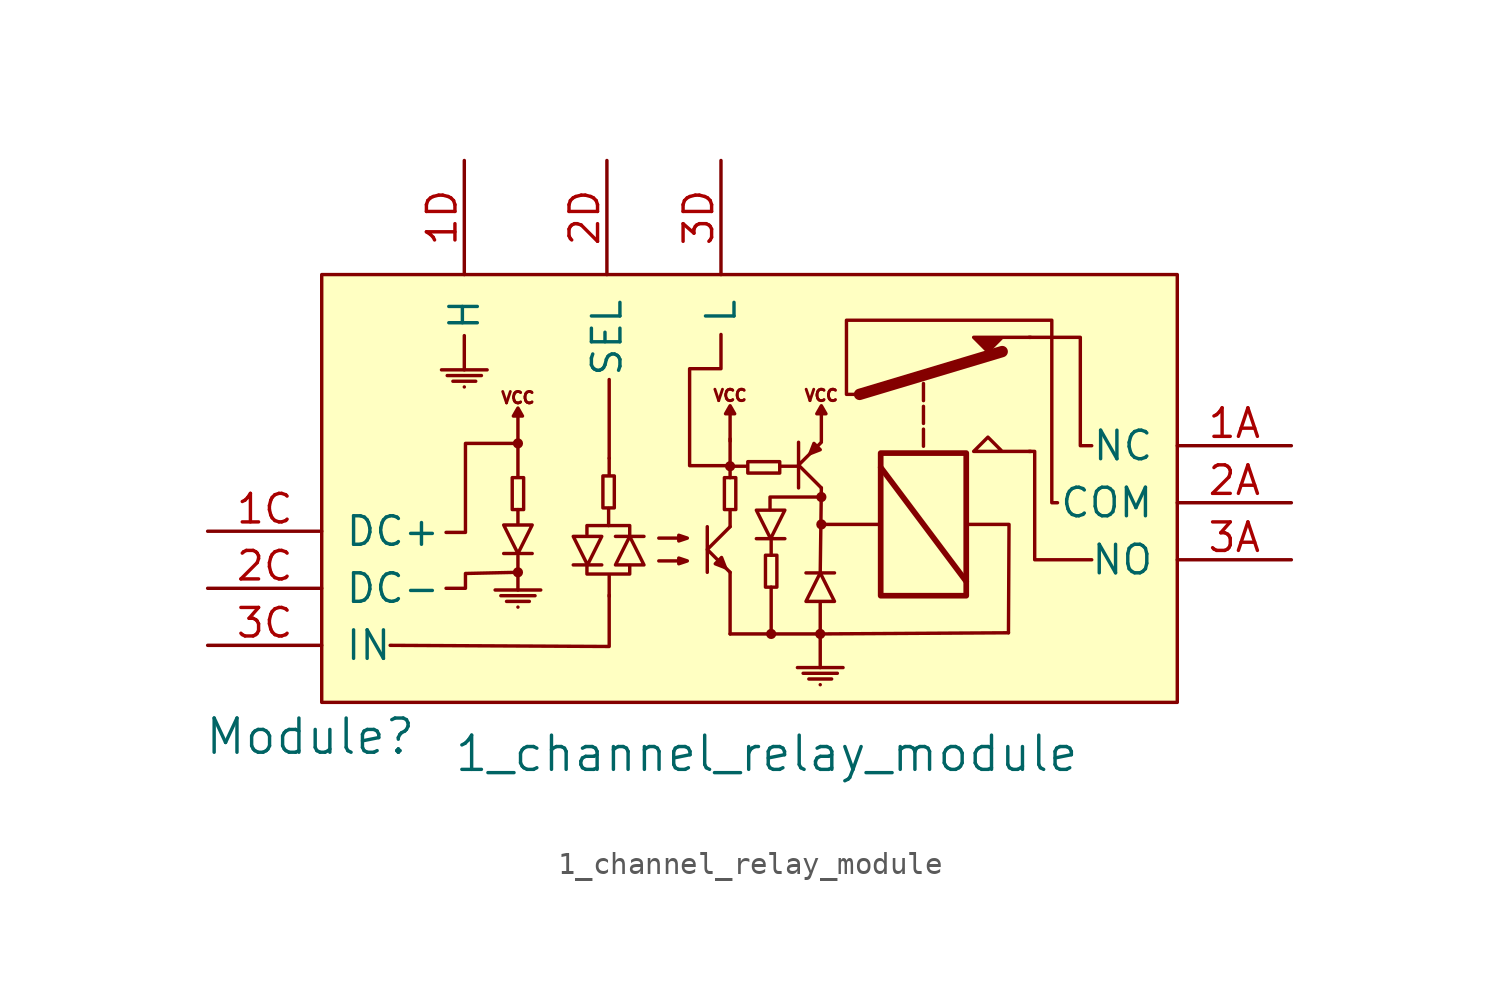
<source format=kicad_sym>
(kicad_symbol_lib
  (version 20211014)
  (generator kicad_symbol_editor)
  (symbol "1_channel_relay_module"
    (pin_names
      (offset 1.016))
    (property "Reference" "Module"
      (at -0.508 -20.574 0)
      (effects (font (size 1.524 1.524))))
    (property "Value" "1_channel_relay_module"
      (at 19.812 -21.336 0)
      (effects (font (size 1.524 1.524))))
    (symbol "1_channel_relay_module_0_0"
      (polyline (pts (xy 8.738 -7.518) (xy 8.738 -8.992)) (stroke (width 0) (type default) (color 0 0 0 0)) (fill (type none)))
      (polyline (pts (xy 18.186 -13.259) (xy 18.186 -16.002)) (stroke (width 0) (type default) (color 0 0 0 0)) (fill (type none)))
      (polyline (pts (xy 18.186 -9.042) (xy 18.186 -7.315)) (stroke (width 0) (type default) (color 0 0 0 0)) (fill (type none)))
      (polyline (pts (xy 18.898 -8.534) (xy 18.186 -8.534)) (stroke (width 0) (type default) (color 0 0 0 0)) (fill (type none)))
      (polyline (pts (xy 20.015 -13.919) (xy 20.015 -15.951)) (stroke (width 0) (type default) (color 0 0 0 0)) (fill (type none)))
      (polyline (pts (xy 20.015 -12.497) (xy 20.015 -11.836)) (stroke (width 0) (type default) (color 0 0 0 0)) (fill (type none)))
      (polyline (pts (xy 20.422 -8.534) (xy 21.234 -8.534)) (stroke (width 0) (type default) (color 0 0 0 0)) (fill (type none)))
      (polyline (pts (xy 22.2 -16.002) (xy 18.186 -16.002)) (stroke (width 0) (type default) (color 0 0 0 0)) (fill (type none)))
      (polyline (pts (xy 22.2 -14.63) (xy 22.2 -16.002)) (stroke (width 0) (type default) (color 0 0 0 0)) (fill (type none)))
      (polyline (pts (xy 22.25 -9.5) (xy 22.2 -13.259)) (stroke (width 0) (type default) (color 0 0 0 0)) (fill (type none)))
      (polyline (pts (xy 30.582 -15.951) (xy 22.2 -16.002)) (stroke (width 0) (type default) (color 0 0 0 0)) (fill (type none)))
      (polyline (pts (xy 18.186 -11.227) (xy 18.186 -10.566) (xy 18.186 -10.516)) (stroke (width 0) (type default) (color 0 0 0 0)) (fill (type none)))
      (polyline (pts (xy 19.964 -10.465) (xy 19.964 -9.906) (xy 22.301 -9.906)) (stroke (width 0) (type default) (color 0 0 0 0)) (fill (type none)))
      (polyline (pts (xy 8.738 -7.518) (xy 6.401 -7.518) (xy 6.401 -11.481) (xy 5.537 -11.481)) (stroke (width 0) (type default) (color 0 0 0 0)) (fill (type none)))
      (polyline (pts (xy 31.496 -7.874) (xy 31.75 -7.874) (xy 31.75 -12.7) (xy 34.29 -12.7)) (stroke (width 0) (type default) (color 0 0 0 0)) (fill (type none)))
      (polyline (pts (xy 31.496 -2.794) (xy 33.782 -2.794) (xy 33.782 -7.62) (xy 34.29 -7.62)) (stroke (width 0) (type default) (color 0 0 0 0)) (fill (type none)))
      (polyline (pts (xy 32.766 -10.16) (xy 32.512 -10.16) (xy 32.512 -2.032) (xy 23.622 -2.032) (xy 23.368 -2.032) (xy 23.368 -5.08) (xy 23.368 -5.334) (xy 23.876 -5.334)) (stroke (width 0) (type default) (color 0 0 0 0)) (fill (type none)))
      (rectangle (start 0 0) (end 38.1 -19.05) (stroke (width 0) (type default) (color 0 0 0 0)) (fill (type background)))
      (text "VCC" (at 8.738 -5.486 0) (effects (font (size 0.508 0.508))))
      (text "VCC" (at 18.186 -5.385 0) (effects (font (size 0.508 0.508))))
      (text "VCC" (at 22.25 -5.385 0) (effects (font (size 0.508 0.508)))))
    (symbol "1_channel_relay_module_0_1"
      (polyline (pts (xy 8.738 -11.074) (xy 8.738 -10.465)) (stroke (width 0) (type default) (color 0 0 0 0)) (fill (type none)))
      (polyline (pts (xy 8.738 -7.518) (xy 8.738 -6.299)) (stroke (width 0) (type default) (color 0 0 0 0)) (fill (type none)))
      (polyline (pts (xy 12.802 -13.411) (xy 12.802 -14.326)) (stroke (width 0) (type default) (color 0 0 0 0)) (fill (type none)))
      (polyline (pts (xy 12.802 -8.941) (xy 12.802 -8.179)) (stroke (width 0) (type default) (color 0 0 0 0)) (fill (type none)))
      (polyline (pts (xy 12.802 -8.179) (xy 12.802 -4.674)) (stroke (width 0) (type default) (color 0 0 0 0)) (fill (type none)))
      (polyline (pts (xy 17.17 -12.243) (xy 18.186 -13.259)) (stroke (width 0) (type default) (color 0 0 0 0)) (fill (type none)))
      (polyline (pts (xy 18.186 -7.417) (xy 18.186 -6.198)) (stroke (width 0) (type default) (color 0 0 0 0)) (fill (type none)))
      (polyline (pts (xy 21.234 -8.484) (xy 22.25 -9.5)) (stroke (width 0) (type default) (color 0 0 0 0)) (fill (type none)))
      (polyline (pts (xy 22.25 -7.417) (xy 22.25 -6.198)) (stroke (width 0) (type default) (color 0 0 0 0)) (fill (type none)))
      (polyline (pts (xy 3.048 -16.51) (xy 12.802 -16.561) (xy 12.802 -14.275)) (stroke (width 0) (type default) (color 0 0 0 0)) (fill (type none)))
      (polyline (pts (xy 12.776 -11.176) (xy 12.776 -10.541) (xy 12.776 -10.414)) (stroke (width 0) (type default) (color 0 0 0 0)) (fill (type none)))
      (polyline (pts (xy 8.687 -13.259) (xy 6.401 -13.31) (xy 6.401 -13.97) (xy 5.537 -13.97)) (stroke (width 0) (type default) (color 0 0 0 0)) (fill (type none)))
      (polyline (pts (xy 11.811 -12.954) (xy 11.811 -13.335) (xy 13.716 -13.335) (xy 13.716 -12.954)) (stroke (width 0) (type default) (color 0 0 0 0)) (fill (type none)))
      (polyline (pts (xy 13.716 -11.684) (xy 13.716 -11.176) (xy 11.811 -11.176) (xy 11.811 -11.557)) (stroke (width 0) (type default) (color 0 0 0 0)) (fill (type none)))
      (polyline (pts (xy 17.17 -11.227) (xy 17.17 -13.259) (xy 17.17 -12.243) (xy 18.186 -11.227)) (stroke (width 0) (type default) (color 0 0 0 0)) (fill (type none)))
      (polyline (pts (xy 21.234 -7.468) (xy 21.234 -9.5) (xy 21.234 -8.484) (xy 22.25 -7.468)) (stroke (width 0) (type default) (color 0 0 0 0)) (fill (type none)))
      (polyline (pts (xy 8.738 -6.299) (xy 8.941 -6.299) (xy 8.738 -5.944) (xy 8.534 -6.299) (xy 8.738 -6.299)) (stroke (width 0) (type default) (color 0 0 0 0)) (fill (type outline)))
      (polyline (pts (xy 17.78 -2.667) (xy 17.78 -4.191) (xy 16.383 -4.191) (xy 16.383 -8.509) (xy 18.161 -8.509)) (stroke (width 0) (type default) (color 0 0 0 0)) (fill (type none)))
      (polyline (pts (xy 18.186 -6.198) (xy 18.39 -6.198) (xy 18.186 -5.842) (xy 17.983 -6.198) (xy 18.186 -6.198)) (stroke (width 0) (type default) (color 0 0 0 0)) (fill (type outline)))
      (polyline (pts (xy 22.25 -6.198) (xy 22.454 -6.198) (xy 22.25 -5.842) (xy 22.047 -6.198) (xy 22.25 -6.198)) (stroke (width 0) (type default) (color 0 0 0 0)) (fill (type outline)))
      (polyline (pts (xy 17.526 -12.878) (xy 17.805 -12.598) (xy 17.983 -13.056) (xy 17.526 -12.878) (xy 17.78 -12.7) (xy 17.78 -12.725)) (stroke (width 0) (type default) (color 0 0 0 0)) (fill (type none)))
      (polyline (pts (xy 21.92 -7.518) (xy 22.2 -7.798) (xy 21.742 -7.976) (xy 21.92 -7.518) (xy 22.098 -7.772) (xy 22.073 -7.772)) (stroke (width 0) (type default) (color 0 0 0 0)) (fill (type none)))
      (rectangle (start 8.484 -10.465) (end 8.992 -9.042) (stroke (width 0) (type default) (color 0 0 0 0)) (fill (type none)))
      (circle (center 8.738 -13.259) (radius 0.152) (stroke (width 0) (type default) (color 0 0 0 0)) (fill (type outline)))
      (circle (center 8.738 -7.518) (radius 0.152) (stroke (width 0) (type default) (color 0 0 0 0)) (fill (type outline)))
      (rectangle (start 12.522 -10.389) (end 13.03 -8.966) (stroke (width 0) (type default) (color 0 0 0 0)) (fill (type none)))
      (rectangle (start 17.932 -10.465) (end 18.44 -9.042) (stroke (width 0) (type default) (color 0 0 0 0)) (fill (type none)))
      (circle (center 18.186 -8.534) (radius 0.152) (stroke (width 0) (type default) (color 0 0 0 0)) (fill (type outline)))
      (rectangle (start 19.761 -13.919) (end 20.269 -12.497) (stroke (width 0) (type default) (color 0 0 0 0)) (fill (type none)))
      (circle (center 20.015 -16.002) (radius 0.152) (stroke (width 0) (type default) (color 0 0 0 0)) (fill (type outline)))
      (rectangle (start 20.396 -8.839) (end 18.974 -8.331) (stroke (width 0) (type default) (color 0 0 0 0)) (fill (type none)))
      (circle (center 22.2 -16.002) (radius 0.152) (stroke (width 0) (type default) (color 0 0 0 0)) (fill (type outline)))
      (circle (center 22.25 -11.125) (radius 0.152) (stroke (width 0) (type default) (color 0 0 0 0)) (fill (type outline)))
      (circle (center 22.25 -9.906) (radius 0.152) (stroke (width 0) (type default) (color 0 0 0 0)) (fill (type outline))))
    (symbol "1_channel_relay_module_1_1"
      (polyline (pts (xy 5.588 -4.496) (xy 7.112 -4.496)) (stroke (width 0) (type default) (color 0 0 0 0)) (fill (type none)))
      (polyline (pts (xy 5.842 -4.75) (xy 6.858 -4.75)) (stroke (width 0) (type default) (color 0 0 0 0)) (fill (type none)))
      (polyline (pts (xy 6.35 -5.004) (xy 6.35 -5.004)) (stroke (width 0) (type default) (color 0 0 0 0)) (fill (type none)))
      (polyline (pts (xy 6.35 -4.242) (xy 7.366 -4.242)) (stroke (width 0) (type default) (color 0 0 0 0)) (fill (type none)))
      (polyline (pts (xy 7.976 -14.3) (xy 9.5 -14.3)) (stroke (width 0) (type default) (color 0 0 0 0)) (fill (type none)))
      (polyline (pts (xy 8.103 -12.421) (xy 9.373 -12.421)) (stroke (width 0) (type default) (color 0 0 0 0)) (fill (type none)))
      (polyline (pts (xy 8.23 -14.554) (xy 9.246 -14.554)) (stroke (width 0) (type default) (color 0 0 0 0)) (fill (type none)))
      (polyline (pts (xy 8.738 -14.808) (xy 8.738 -14.808)) (stroke (width 0) (type default) (color 0 0 0 0)) (fill (type none)))
      (polyline (pts (xy 8.738 -14.046) (xy 9.754 -14.046)) (stroke (width 0) (type default) (color 0 0 0 0)) (fill (type none)))
      (polyline (pts (xy 11.201 -12.929) (xy 12.471 -12.929)) (stroke (width 0) (type default) (color 0 0 0 0)) (fill (type none)))
      (polyline (pts (xy 14.351 -11.659) (xy 13.081 -11.659)) (stroke (width 0) (type default) (color 0 0 0 0)) (fill (type none)))
      (polyline (pts (xy 19.355 -11.76) (xy 20.625 -11.76)) (stroke (width 0) (type default) (color 0 0 0 0)) (fill (type none)))
      (polyline (pts (xy 21.438 -17.755) (xy 22.962 -17.755)) (stroke (width 0) (type default) (color 0 0 0 0)) (fill (type none)))
      (polyline (pts (xy 21.692 -18.009) (xy 22.708 -18.009)) (stroke (width 0) (type default) (color 0 0 0 0)) (fill (type none)))
      (polyline (pts (xy 22.2 -18.263) (xy 22.2 -18.263)) (stroke (width 0) (type default) (color 0 0 0 0)) (fill (type none)))
      (polyline (pts (xy 22.2 -17.501) (xy 23.216 -17.501)) (stroke (width 0) (type default) (color 0 0 0 0)) (fill (type none)))
      (polyline (pts (xy 22.835 -13.284) (xy 21.565 -13.284)) (stroke (width 0) (type default) (color 0 0 0 0)) (fill (type none)))
      (polyline (pts (xy 23.952 -5.334) (xy 30.302 -3.429)) (stroke (width 0.508) (type default) (color 0 0 0 0)) (fill (type none)))
      (polyline (pts (xy 24.892 -11.125) (xy 22.301 -11.125)) (stroke (width 0) (type default) (color 0 0 0 0)) (fill (type none)))
      (polyline (pts (xy 26.797 -6.883) (xy 26.797 -7.645)) (stroke (width 0) (type default) (color 0 0 0 0)) (fill (type none)))
      (polyline (pts (xy 26.797 -5.867) (xy 26.797 -6.629)) (stroke (width 0) (type default) (color 0 0 0 0)) (fill (type none)))
      (polyline (pts (xy 26.797 -4.851) (xy 26.797 -5.613)) (stroke (width 0) (type default) (color 0 0 0 0)) (fill (type none)))
      (polyline (pts (xy 28.702 -13.665) (xy 24.892 -8.585)) (stroke (width 0.254) (type default) (color 0 0 0 0)) (fill (type none)))
      (polyline (pts (xy 6.35 -2.718) (xy 6.35 -4.242) (xy 5.334 -4.242)) (stroke (width 0) (type default) (color 0 0 0 0)) (fill (type none)))
      (polyline (pts (xy 8.738 -12.522) (xy 8.738 -14.046) (xy 7.722 -14.046)) (stroke (width 0) (type default) (color 0 0 0 0)) (fill (type none)))
      (polyline (pts (xy 22.2 -15.977) (xy 22.2 -17.501) (xy 21.184 -17.501)) (stroke (width 0) (type default) (color 0 0 0 0)) (fill (type none)))
      (polyline (pts (xy 28.829 -11.125) (xy 30.607 -11.125) (xy 30.582 -15.951)) (stroke (width 0) (type default) (color 0 0 0 0)) (fill (type none)))
      (polyline (pts (xy 8.738 -12.421) (xy 8.103 -11.151) (xy 9.373 -11.151) (xy 8.738 -12.421)) (stroke (width 0) (type default) (color 0 0 0 0)) (fill (type none)))
      (polyline (pts (xy 11.836 -12.929) (xy 11.201 -11.659) (xy 12.471 -11.659) (xy 11.836 -12.929)) (stroke (width 0) (type default) (color 0 0 0 0)) (fill (type none)))
      (polyline (pts (xy 13.716 -11.659) (xy 14.351 -12.929) (xy 13.081 -12.929) (xy 13.716 -11.659)) (stroke (width 0) (type default) (color 0 0 0 0)) (fill (type none)))
      (polyline (pts (xy 19.99 -11.76) (xy 19.355 -10.49) (xy 20.625 -10.49) (xy 19.99 -11.76)) (stroke (width 0) (type default) (color 0 0 0 0)) (fill (type none)))
      (polyline (pts (xy 22.2 -13.284) (xy 22.835 -14.554) (xy 21.565 -14.554) (xy 22.2 -13.284)) (stroke (width 0) (type default) (color 0 0 0 0)) (fill (type none)))
      (polyline (pts (xy 31.572 -7.874) (xy 29.032 -7.874) (xy 29.667 -7.239) (xy 30.302 -7.874)) (stroke (width 0) (type default) (color 0 0 0 0)) (fill (type none)))
      (polyline (pts (xy 31.572 -2.794) (xy 29.032 -2.794) (xy 29.667 -3.429) (xy 30.302 -2.794)) (stroke (width 0) (type default) (color 0 0 0 0)) (fill (type outline)))
      (polyline (pts (xy 15.011 -12.751) (xy 16.281 -12.751) (xy 15.9 -12.878) (xy 15.9 -12.624) (xy 16.281 -12.751)) (stroke (width 0) (type default) (color 0 0 0 0)) (fill (type none)))
      (polyline (pts (xy 15.011 -11.735) (xy 16.281 -11.735) (xy 15.9 -11.862) (xy 15.9 -11.608) (xy 16.281 -11.735)) (stroke (width 0) (type default) (color 0 0 0 0)) (fill (type none)))
      (rectangle (start 28.702 -7.95) (end 24.892 -14.3) (stroke (width 0.254) (type default) (color 0 0 0 0)) (fill (type none)))
      (pin passive line (at 43.18 -7.62 180) (length 5.08) (name "NC" (effects (font (size 1.27 1.27)))) (number "1A" (effects (font (size 1.27 1.27)))))
      (pin power_in line (at -5.08 -11.43 0) (length 5.08) (name "DC+" (effects (font (size 1.27 1.27)))) (number "1C" (effects (font (size 1.27 1.27)))))
      (pin power_out line (at 6.35 5.08 270) (length 5.08) (name "H" (effects (font (size 1.27 1.27)))) (number "1D" (effects (font (size 1.27 1.27)))))
      (pin passive line (at 43.18 -10.16 180) (length 5.08) (name "COM" (effects (font (size 1.27 1.27)))) (number "2A" (effects (font (size 1.27 1.27)))))
      (pin power_in line (at -5.08 -13.97 0) (length 5.08) (name "DC-" (effects (font (size 1.27 1.27)))) (number "2C" (effects (font (size 1.27 1.27)))))
      (pin power_in line (at 12.7 5.08 270) (length 5.08) (name "SEL" (effects (font (size 1.27 1.27)))) (number "2D" (effects (font (size 1.27 1.27)))))
      (pin passive line (at 43.18 -12.7 180) (length 5.08) (name "NO" (effects (font (size 1.27 1.27)))) (number "3A" (effects (font (size 1.27 1.27)))))
      (pin input line (at -5.08 -16.51 0) (length 5.08) (name "IN" (effects (font (size 1.27 1.27)))) (number "3C" (effects (font (size 1.27 1.27)))))
      (pin power_out line (at 17.78 5.08 270) (length 5.08) (name "L" (effects (font (size 1.27 1.27)))) (number "3D" (effects (font (size 1.27 1.27))))))))
</source>
